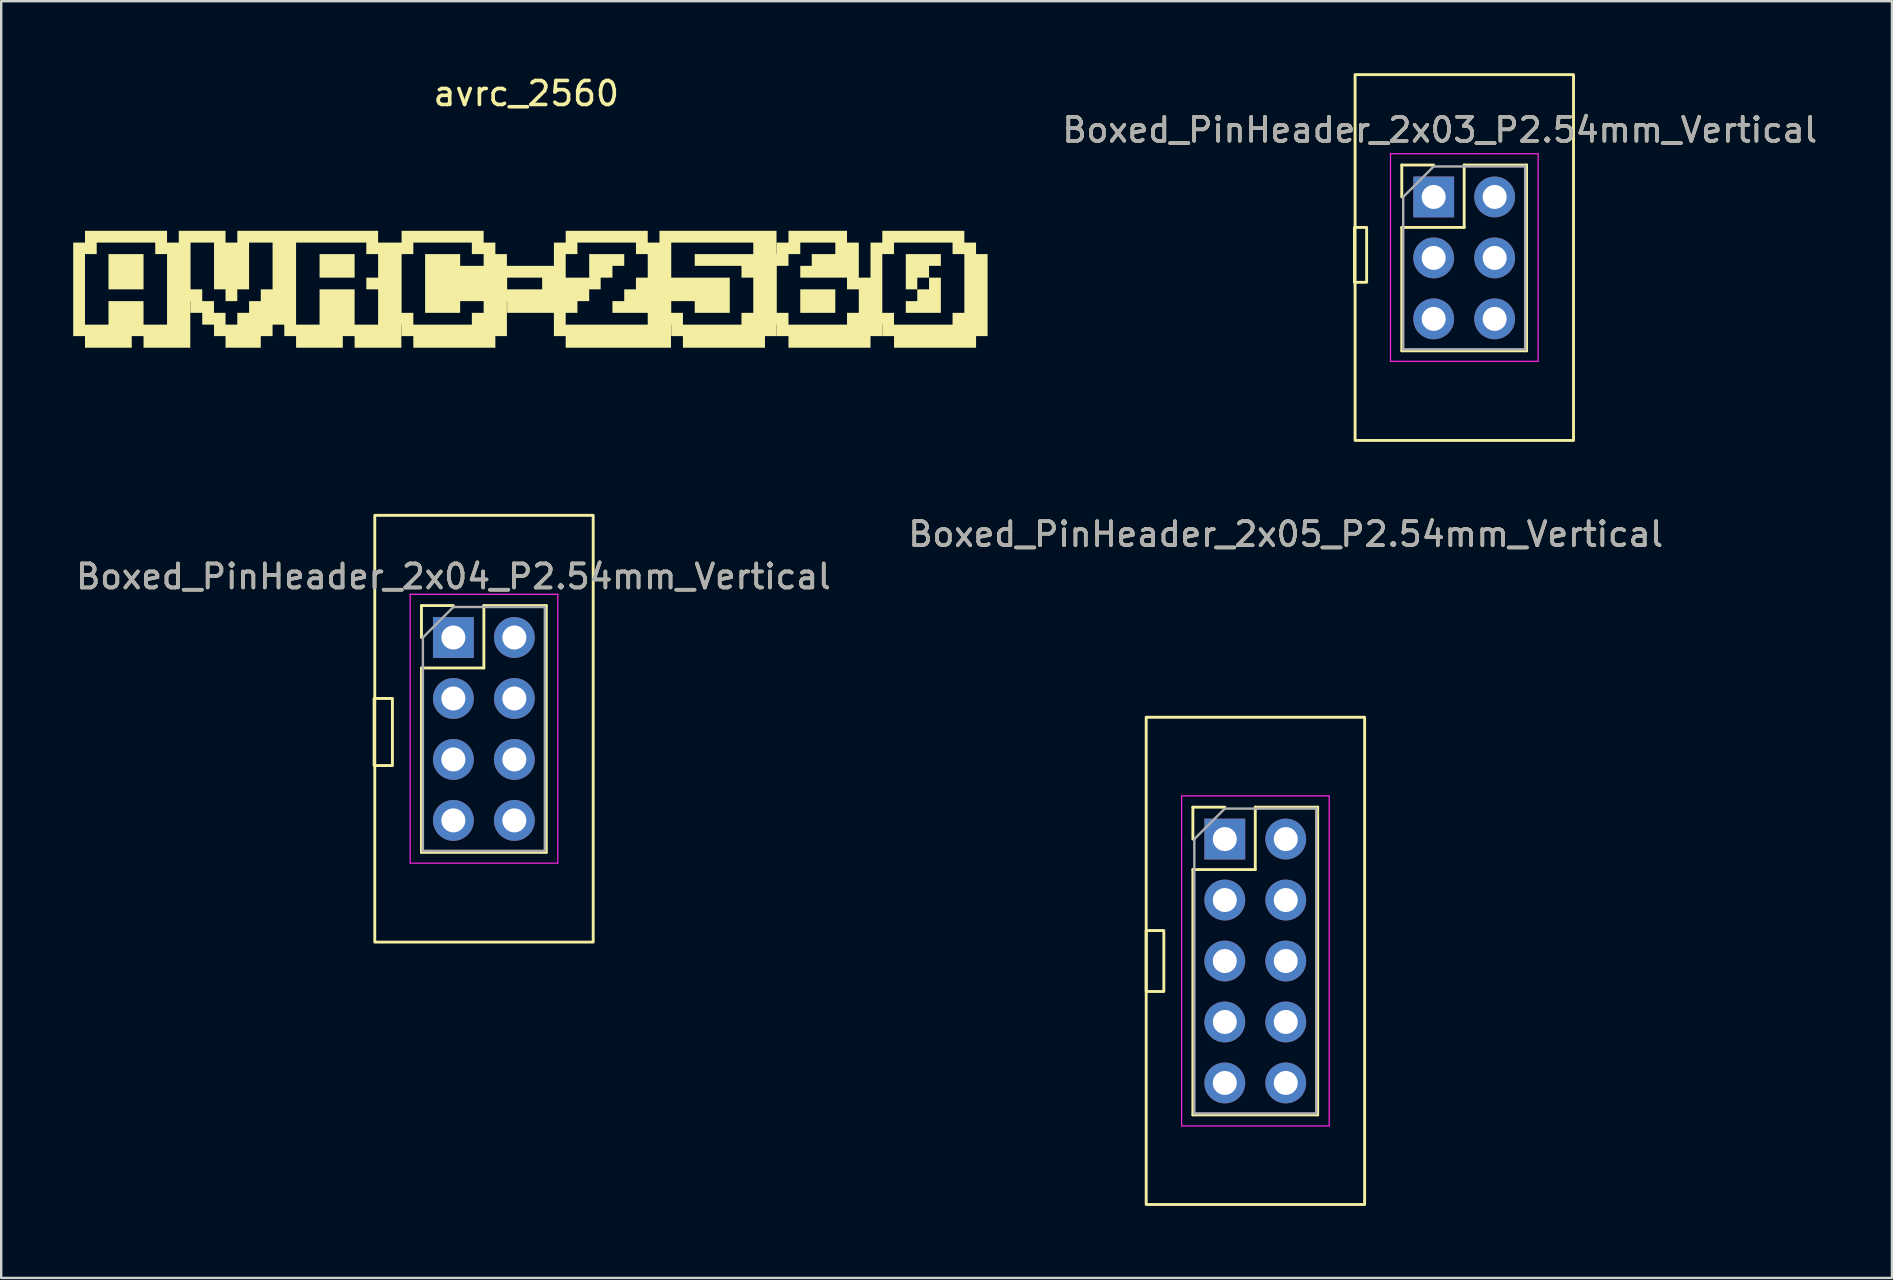
<source format=kicad_pcb>
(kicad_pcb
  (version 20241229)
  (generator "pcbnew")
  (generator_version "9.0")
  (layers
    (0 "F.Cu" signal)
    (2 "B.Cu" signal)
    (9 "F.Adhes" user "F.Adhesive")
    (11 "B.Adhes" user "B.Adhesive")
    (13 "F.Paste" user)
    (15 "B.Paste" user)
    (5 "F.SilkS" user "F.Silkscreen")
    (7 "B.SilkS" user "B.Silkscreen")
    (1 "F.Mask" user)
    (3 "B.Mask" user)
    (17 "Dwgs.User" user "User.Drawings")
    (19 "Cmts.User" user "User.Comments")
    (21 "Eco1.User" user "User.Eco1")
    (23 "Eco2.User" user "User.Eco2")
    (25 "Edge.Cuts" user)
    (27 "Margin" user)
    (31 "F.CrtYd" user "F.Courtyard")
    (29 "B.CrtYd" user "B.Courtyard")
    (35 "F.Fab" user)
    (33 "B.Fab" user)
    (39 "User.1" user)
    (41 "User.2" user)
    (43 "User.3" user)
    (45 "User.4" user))
  (footprint "avrc_2560"
    (layer "F.Cu")
    (at 18.876 8.714)
    (property "Reference" "avrc_2560" (at 0 -7.866 0) (unlocked yes) (layer "F.SilkS") (effects (font (size 1 1) (thickness 0.15))))
    (attr smd)
    (fp_poly (pts (xy -15.946 0.291) (xy -17.406 0.291) (xy -17.406 -1.178) (xy -15.946 -1.178)) (stroke (width 0) (type solid)) (fill yes) (layer "F.SilkS"))
    (fp_poly (pts (xy -7.152 -0.197) (xy -8.612 -0.197) (xy -8.612 -1.178) (xy -7.152 -1.178)) (stroke (width 0) (type solid)) (fill yes) (layer "F.SilkS"))
    (fp_poly (pts (xy 12.875 1.27) (xy 11.415 1.27) (xy 11.415 0.291) (xy 12.875 0.291)) (stroke (width 0) (type solid)) (fill yes) (layer "F.SilkS"))
    (fp_poly (pts (xy 17.272 -0.688) (xy 16.781 -0.688) (xy 16.781 -0.197) (xy 16.29 -0.197) (xy 16.29 0.291) (xy 15.812 0.291) (xy 15.812 -1.178) (xy 17.272 -1.178)) (stroke (width 0) (type solid)) (fill yes) (layer "F.SilkS"))
    (fp_poly (pts (xy 17.272 1.27) (xy 15.812 1.27) (xy 15.812 0.782) (xy 16.29 0.782) (xy 16.29 0.291) (xy 16.781 0.291) (xy 16.781 -0.197) (xy 17.272 -0.197)) (stroke (width 0) (type solid)) (fill yes) (layer "F.SilkS"))
    (fp_poly (pts (xy -14.967 -1.657) (xy -14.479 -1.657) (xy -14.479 -2.148) (xy -12.53 -2.148) (xy -12.53 -1.657) (xy -12.04 -1.657) (xy -12.04 -2.148) (xy -6.173 -2.148) (xy -6.173 -1.657) (xy -5.194 -1.657) (xy -5.194 -2.148) (xy -1.776 -2.148) (xy -1.776 -1.657) (xy -1.288 -1.657) (xy -1.288 -1.178) (xy -0.807 -1.178) (xy -0.807 -0.688) (xy 1.151 -0.688) (xy 1.151 -1.657) (xy 1.642 -1.657) (xy 1.642 -2.148) (xy 5.06 -2.148) (xy 5.06 -1.657) (xy 5.548 -1.657) (xy 5.548 -2.148) (xy 10.426 -2.148) (xy 10.426 -1.178) (xy 10.436 -1.178) (xy 10.436 -1.657) (xy 10.924 -1.657) (xy 10.924 -2.148) (xy 13.363 -2.148) (xy 13.363 -1.657) (xy 13.854 -1.657) (xy 13.854 -0.197) (xy 14.342 -0.197) (xy 14.342 -1.657) (xy 14.833 -1.657) (xy 14.833 -2.148) (xy 18.251 -2.148) (xy 18.251 -1.657) (xy 18.739 -1.657) (xy 18.739 -1.178) (xy 19.22 -1.178) (xy 19.22 2.239) (xy 18.739 2.239) (xy 18.739 2.723) (xy 15.321 2.723) (xy 15.321 2.239) (xy 14.833 2.239) (xy 14.833 1.761) (xy 14.823 1.761) (xy 14.823 2.239) (xy 14.342 2.239) (xy 14.342 2.723) (xy 10.924 2.723) (xy 10.924 2.239) (xy 10.436 2.239) (xy 10.436 1.761) (xy 10.426 1.761) (xy 10.426 2.239) (xy 9.945 2.239) (xy 9.945 2.723) (xy 6.527 2.723) (xy 6.527 2.239) (xy 6.039 2.239) (xy 6.039 1.761) (xy 6.029 1.761) (xy 6.029 2.723) (xy 1.642 2.723) (xy 1.642 2.239) (xy 1.151 2.239) (xy 1.151 1.761) (xy 1.642 1.761) (xy 5.06 1.761) (xy 5.06 1.27) (xy 6.039 1.27) (xy 6.527 1.27) (xy 6.527 1.761) (xy 8.966 1.761) (xy 8.966 1.27) (xy 9.457 1.27) (xy 10.436 1.27) (xy 10.924 1.27) (xy 10.924 1.761) (xy 13.363 1.761) (xy 13.363 1.27) (xy 13.854 1.27) (xy 14.833 1.27) (xy 15.321 1.27) (xy 15.321 1.761) (xy 17.76 1.761) (xy 17.76 1.27) (xy 18.251 1.27) (xy 18.251 -1.178) (xy 17.76 -1.178) (xy 17.76 -1.657) (xy 15.321 -1.657) (xy 15.321 -1.178) (xy 14.833 -1.178) (xy 14.833 1.27) (xy 13.854 1.27) (xy 13.854 0.291) (xy 13.363 0.291) (xy 13.363 -0.197) (xy 11.415 -0.197) (xy 11.415 -0.688) (xy 11.894 -0.688) (xy 11.894 -1.178) (xy 12.875 -1.178) (xy 12.875 -1.657) (xy 11.415 -1.657) (xy 11.415 -1.178) (xy 10.924 -1.178) (xy 10.924 -0.688) (xy 10.436 -0.688) (xy 10.436 1.27) (xy 9.457 1.27) (xy 9.457 -0.197) (xy 8.966 -0.197) (xy 8.966 -0.688) (xy 7.018 -0.688) (xy 7.018 -1.178) (xy 9.457 -1.178) (xy 9.457 -1.657) (xy 6.039 -1.657) (xy 6.039 -0.197) (xy 8.478 -0.197) (xy 8.478 1.27) (xy 7.018 1.27) (xy 7.018 0.782) (xy 6.039 0.782) (xy 6.039 1.27) (xy 5.06 1.27) (xy 3.59 1.27) (xy 3.59 0.782) (xy 4.081 0.782) (xy 4.081 0.291) (xy 4.569 0.291) (xy 4.569 -0.197) (xy 5.06 -0.197) (xy 5.06 -1.178) (xy 4.569 -1.178) (xy 4.569 -1.657) (xy 2.13 -1.657) (xy 2.13 -1.178) (xy 1.642 -1.178) (xy 1.642 -0.197) (xy 2.621 -0.197) (xy 2.621 -1.178) (xy 4.081 -1.178) (xy 4.081 -0.688) (xy 3.59 -0.688) (xy 3.59 -0.197) (xy 3.099 -0.197) (xy 3.099 0.291) (xy 2.621 0.291) (xy 2.621 0.782) (xy 2.13 0.782) (xy 2.13 1.27) (xy 1.642 1.27) (xy 1.642 1.761) (xy 1.151 1.761) (xy 1.151 1.27) (xy -0.797 1.27) (xy -0.797 0.782) (xy -0.807 0.782) (xy -0.807 2.239) (xy -1.288 2.239) (xy -1.288 2.723) (xy -4.706 2.723) (xy -4.706 2.239) (xy -5.194 2.239) (xy -5.194 1.761) (xy -5.204 1.761) (xy -5.204 2.723) (xy -7.152 2.723) (xy -7.152 2.239) (xy -7.643 2.239) (xy -7.643 2.723) (xy -9.591 2.723) (xy -9.591 2.239) (xy -10.082 2.239) (xy -10.082 1.761) (xy -9.591 1.761) (xy -8.612 1.761) (xy -8.612 0.291) (xy -7.152 0.291) (xy -7.152 1.761) (xy -6.173 1.761) (xy -6.173 1.27) (xy -5.194 1.27) (xy -4.706 1.27) (xy -4.706 1.761) (xy -2.267 1.761) (xy -2.267 1.27) (xy -1.776 1.27) (xy -1.776 0.782) (xy -2.755 0.782) (xy -2.755 1.27) (xy -4.215 1.27) (xy -4.215 0.291) (xy -0.797 0.291) (xy 0.661 0.291) (xy 0.661 -0.197) (xy -0.797 -0.197) (xy -0.797 0.291) (xy -4.215 0.291) (xy -4.215 -1.178) (xy -2.755 -1.178) (xy -2.755 -0.688) (xy -1.776 -0.688) (xy -1.776 -1.178) (xy -2.267 -1.178) (xy -2.267 -1.657) (xy -4.706 -1.657) (xy -4.706 -1.178) (xy -5.194 -1.178) (xy -5.194 1.27) (xy -6.173 1.27) (xy -6.173 0.291) (xy -6.664 0.291) (xy -6.664 -0.197) (xy -6.173 -0.197) (xy -6.173 -1.178) (xy -6.664 -1.178) (xy -6.664 -1.657) (xy -9.591 -1.657) (xy -9.591 -1.178) (xy -9.591 1.761) (xy -10.082 1.761) (xy -10.57 1.761) (xy -10.57 2.239) (xy -11.061 2.239) (xy -11.061 2.723) (xy -12.53 2.723) (xy -12.53 2.239) (xy -13.009 2.239) (xy -13.009 1.761) (xy -13.5 1.761) (xy -13.5 1.27) (xy -13.988 1.27) (xy -13.988 0.782) (xy -13.998 0.782) (xy -13.998 2.723) (xy -15.946 2.723) (xy -15.946 2.239) (xy -16.437 2.239) (xy -16.437 2.723) (xy -18.385 2.723) (xy -18.385 2.239) (xy -18.876 2.239) (xy -18.876 1.761) (xy -18.385 1.761) (xy -17.406 1.761) (xy -17.406 0.782) (xy -15.946 0.782) (xy -15.946 1.761) (xy -14.967 1.761) (xy -14.967 0.291) (xy -13.988 0.291) (xy -13.5 0.291) (xy -13.5 0.782) (xy -13.009 0.782) (xy -13.009 1.27) (xy -12.53 1.27) (xy -12.53 1.761) (xy -12.04 1.761) (xy -12.04 1.27) (xy -11.549 1.27) (xy -11.549 0.782) (xy -11.061 0.782) (xy -11.061 0.291) (xy -10.57 0.291) (xy -10.57 -1.657) (xy -11.549 -1.657) (xy -11.549 0.291) (xy -12.04 0.291) (xy -12.04 0.782) (xy -12.53 0.782) (xy -12.53 0.291) (xy -13.009 0.291) (xy -13.009 -1.657) (xy -13.988 -1.657) (xy -13.988 -1.178) (xy -13.988 0.291) (xy -14.967 0.291) (xy -14.967 -1.178) (xy -15.458 -1.178) (xy -15.458 -1.657) (xy -17.897 -1.657) (xy -17.897 -1.178) (xy -18.385 -1.178) (xy -18.385 1.761) (xy -18.876 1.761) (xy -18.876 -1.657) (xy -18.385 -1.657) (xy -18.385 -2.148) (xy -14.967 -2.148)) (stroke (width 0) (type solid)) (fill yes) (layer "F.SilkS")))
  (footprint "Boxed_PinHeader_2x05_P2.54mm_Vertical"
    (layer "F.Cu")
    (at 47.978 31.908)
    (property "Reference" "Boxed_PinHeader_2x05_P2.54mm_Vertical" (at 2.54 -12.7 0) (layer "F.SilkS") (effects (font (size 1 1) (thickness 0.15))))
    (attr through_hole)
    (fp_line (start -1.33 -1.33) (end 0 -1.33) (stroke (width 0.12) (type solid)) (layer "F.SilkS"))
    (fp_line (start -1.33 0) (end -1.33 -1.33) (stroke (width 0.12) (type solid)) (layer "F.SilkS"))
    (fp_line (start -1.33 1.27) (end -1.33 11.49) (stroke (width 0.12) (type solid)) (layer "F.SilkS"))
    (fp_line (start -1.33 1.27) (end 1.27 1.27) (stroke (width 0.12) (type solid)) (layer "F.SilkS"))
    (fp_line (start -1.33 11.49) (end 3.87 11.49) (stroke (width 0.12) (type solid)) (layer "F.SilkS"))
    (fp_line (start 1.27 -1.33) (end 3.87 -1.33) (stroke (width 0.12) (type solid)) (layer "F.SilkS"))
    (fp_line (start 1.27 1.27) (end 1.27 -1.33) (stroke (width 0.12) (type solid)) (layer "F.SilkS"))
    (fp_line (start 3.87 -1.33) (end 3.87 11.49) (stroke (width 0.12) (type solid)) (layer "F.SilkS"))
    (fp_rect (start -3.275 -5.075) (end 5.825 15.225) (stroke (width 0.12) (type solid)) (fill no) (layer "F.SilkS"))
    (fp_rect (start -3.275 3.81) (end -2.54 6.35) (stroke (width 0.12) (type solid)) (fill no) (layer "F.SilkS"))
    (fp_line (start -1.8 -1.8) (end -1.8 11.95) (stroke (width 0.05) (type solid)) (layer "F.CrtYd"))
    (fp_line (start -1.8 11.95) (end 4.35 11.95) (stroke (width 0.05) (type solid)) (layer "F.CrtYd"))
    (fp_line (start 4.35 -1.8) (end -1.8 -1.8) (stroke (width 0.05) (type solid)) (layer "F.CrtYd"))
    (fp_line (start 4.35 11.95) (end 4.35 -1.8) (stroke (width 0.05) (type solid)) (layer "F.CrtYd"))
    (fp_line (start -1.27 0) (end 0 -1.27) (stroke (width 0.1) (type solid)) (layer "F.Fab"))
    (fp_line (start -1.27 11.43) (end -1.27 0) (stroke (width 0.1) (type solid)) (layer "F.Fab"))
    (fp_line (start 0 -1.27) (end 3.81 -1.27) (stroke (width 0.1) (type solid)) (layer "F.Fab"))
    (fp_line (start 3.81 -1.27) (end 3.81 11.43) (stroke (width 0.1) (type solid)) (layer "F.Fab"))
    (fp_line (start 3.81 11.43) (end -1.27 11.43) (stroke (width 0.1) (type solid)) (layer "F.Fab"))
    (fp_text user "${REFERENCE}" (at 2.54 -12.7 180) (layer "F.Fab") (effects (font (size 1 1) (thickness 0.15))))
    (pad "1" thru_hole rect (at 0 0) (size 1.7 1.7) (drill 1) (layers "*.Cu" "*.Mask"))
    (pad "2" thru_hole oval (at 2.54 0) (size 1.7 1.7) (drill 1) (layers "*.Cu" "*.Mask"))
    (pad "3" thru_hole oval (at 0 2.54) (size 1.7 1.7) (drill 1) (layers "*.Cu" "*.Mask"))
    (pad "4" thru_hole oval (at 2.54 2.54) (size 1.7 1.7) (drill 1) (layers "*.Cu" "*.Mask"))
    (pad "5" thru_hole oval (at 0 5.08) (size 1.7 1.7) (drill 1) (layers "*.Cu" "*.Mask"))
    (pad "6" thru_hole oval (at 2.54 5.08) (size 1.7 1.7) (drill 1) (layers "*.Cu" "*.Mask"))
    (pad "7" thru_hole oval (at 0 7.62) (size 1.7 1.7) (drill 1) (layers "*.Cu" "*.Mask"))
    (pad "8" thru_hole oval (at 2.54 7.62) (size 1.7 1.7) (drill 1) (layers "*.Cu" "*.Mask"))
    (pad "9" thru_hole oval (at 0 10.16) (size 1.7 1.7) (drill 1) (layers "*.Cu" "*.Mask"))
    (pad "10" thru_hole oval (at 2.54 10.16) (size 1.7 1.7) (drill 1) (layers "*.Cu" "*.Mask")))
  (footprint "Boxed_PinHeader_2x03_P2.54mm_Vertical"
    (layer "F.Cu")
    (at 56.681 5.155)
    (property "Reference" "Boxed_PinHeader_2x03_P2.54mm_Vertical" (at 0.254 -2.794 0) (layer "F.SilkS") (effects (font (size 1 1) (thickness 0.15))))
    (attr through_hole)
    (fp_line (start -1.33 -1.33) (end 0 -1.33) (stroke (width 0.12) (type solid)) (layer "F.SilkS"))
    (fp_line (start -1.33 0) (end -1.33 -1.33) (stroke (width 0.12) (type solid)) (layer "F.SilkS"))
    (fp_line (start -1.33 1.27) (end -1.33 6.41) (stroke (width 0.12) (type solid)) (layer "F.SilkS"))
    (fp_line (start -1.33 1.27) (end 1.27 1.27) (stroke (width 0.12) (type solid)) (layer "F.SilkS"))
    (fp_line (start -1.33 6.41) (end 3.87 6.41) (stroke (width 0.12) (type solid)) (layer "F.SilkS"))
    (fp_line (start 1.27 -1.33) (end 3.87 -1.33) (stroke (width 0.12) (type solid)) (layer "F.SilkS"))
    (fp_line (start 1.27 1.27) (end 1.27 -1.33) (stroke (width 0.12) (type solid)) (layer "F.SilkS"))
    (fp_line (start 3.87 -1.33) (end 3.87 6.41) (stroke (width 0.12) (type solid)) (layer "F.SilkS"))
    (fp_rect (start -3.302 1.27) (end -2.794 3.556) (stroke (width 0.12) (type solid)) (fill no) (layer "F.SilkS"))
    (fp_rect (start -3.275 -5.095) (end 5.825 10.145) (stroke (width 0.12) (type solid)) (fill no) (layer "F.SilkS"))
    (fp_line (start -1.8 -1.8) (end -1.8 6.85) (stroke (width 0.05) (type solid)) (layer "F.CrtYd"))
    (fp_line (start -1.8 6.85) (end 4.35 6.85) (stroke (width 0.05) (type solid)) (layer "F.CrtYd"))
    (fp_line (start 4.35 -1.8) (end -1.8 -1.8) (stroke (width 0.05) (type solid)) (layer "F.CrtYd"))
    (fp_line (start 4.35 6.85) (end 4.35 -1.8) (stroke (width 0.05) (type solid)) (layer "F.CrtYd"))
    (fp_line (start -1.27 0) (end 0 -1.27) (stroke (width 0.1) (type solid)) (layer "F.Fab"))
    (fp_line (start -1.27 6.35) (end -1.27 0) (stroke (width 0.1) (type solid)) (layer "F.Fab"))
    (fp_line (start 0 -1.27) (end 3.81 -1.27) (stroke (width 0.1) (type solid)) (layer "F.Fab"))
    (fp_line (start 3.81 -1.27) (end 3.81 6.35) (stroke (width 0.1) (type solid)) (layer "F.Fab"))
    (fp_line (start 3.81 6.35) (end -1.27 6.35) (stroke (width 0.1) (type solid)) (layer "F.Fab"))
    (fp_text user "${REFERENCE}" (at 0.254 -2.794 0) (layer "F.Fab") (effects (font (size 1 1) (thickness 0.15))))
    (pad "1" thru_hole rect (at 0 0) (size 1.7 1.7) (drill 1) (layers "*.Cu" "*.Mask"))
    (pad "2" thru_hole oval (at 2.54 0) (size 1.7 1.7) (drill 1) (layers "*.Cu" "*.Mask"))
    (pad "3" thru_hole oval (at 0 2.54) (size 1.7 1.7) (drill 1) (layers "*.Cu" "*.Mask"))
    (pad "4" thru_hole oval (at 2.54 2.54) (size 1.7 1.7) (drill 1) (layers "*.Cu" "*.Mask"))
    (pad "5" thru_hole oval (at 0 5.08) (size 1.7 1.7) (drill 1) (layers "*.Cu" "*.Mask"))
    (pad "6" thru_hole oval (at 2.54 5.08) (size 1.7 1.7) (drill 1) (layers "*.Cu" "*.Mask")))
  (footprint "Boxed_PinHeader_2x04_P2.54mm_Vertical"
    (layer "F.Cu")
    (at 15.839 23.51)
    (property "Reference" "Boxed_PinHeader_2x04_P2.54mm_Vertical" (at 0 -2.54 0) (layer "F.SilkS") (effects (font (size 1 1) (thickness 0.15))))
    (attr through_hole)
    (fp_line (start -1.33 -1.33) (end 0 -1.33) (stroke (width 0.12) (type solid)) (layer "F.SilkS"))
    (fp_line (start -1.33 0) (end -1.33 -1.33) (stroke (width 0.12) (type solid)) (layer "F.SilkS"))
    (fp_line (start -1.33 1.27) (end -1.33 8.95) (stroke (width 0.12) (type solid)) (layer "F.SilkS"))
    (fp_line (start -1.33 1.27) (end 1.27 1.27) (stroke (width 0.12) (type solid)) (layer "F.SilkS"))
    (fp_line (start -1.33 8.95) (end 3.87 8.95) (stroke (width 0.12) (type solid)) (layer "F.SilkS"))
    (fp_line (start 1.27 -1.33) (end 3.87 -1.33) (stroke (width 0.12) (type solid)) (layer "F.SilkS"))
    (fp_line (start 1.27 1.27) (end 1.27 -1.33) (stroke (width 0.12) (type solid)) (layer "F.SilkS"))
    (fp_line (start 3.87 -1.33) (end 3.87 8.95) (stroke (width 0.12) (type solid)) (layer "F.SilkS"))
    (fp_rect (start -3.302 2.54) (end -2.54 5.334) (stroke (width 0.12) (type solid)) (fill no) (layer "F.SilkS"))
    (fp_rect (start -3.275 -5.09) (end 5.825 12.69) (stroke (width 0.12) (type solid)) (fill no) (layer "F.SilkS"))
    (fp_line (start -1.8 -1.8) (end -1.8 9.4) (stroke (width 0.05) (type solid)) (layer "F.CrtYd"))
    (fp_line (start -1.8 9.4) (end 4.35 9.4) (stroke (width 0.05) (type solid)) (layer "F.CrtYd"))
    (fp_line (start 4.35 -1.8) (end -1.8 -1.8) (stroke (width 0.05) (type solid)) (layer "F.CrtYd"))
    (fp_line (start 4.35 9.4) (end 4.35 -1.8) (stroke (width 0.05) (type solid)) (layer "F.CrtYd"))
    (fp_line (start -1.27 0) (end 0 -1.27) (stroke (width 0.1) (type solid)) (layer "F.Fab"))
    (fp_line (start -1.27 8.89) (end -1.27 0) (stroke (width 0.1) (type solid)) (layer "F.Fab"))
    (fp_line (start 0 -1.27) (end 3.81 -1.27) (stroke (width 0.1) (type solid)) (layer "F.Fab"))
    (fp_line (start 3.81 -1.27) (end 3.81 8.89) (stroke (width 0.1) (type solid)) (layer "F.Fab"))
    (fp_line (start 3.81 8.89) (end -1.27 8.89) (stroke (width 0.1) (type solid)) (layer "F.Fab"))
    (fp_text user "${REFERENCE}" (at 0 -2.54 180) (layer "F.Fab") (effects (font (size 1 1) (thickness 0.15))))
    (pad "1" thru_hole rect (at 0 0) (size 1.7 1.7) (drill 1) (layers "*.Cu" "*.Mask"))
    (pad "2" thru_hole oval (at 2.54 0) (size 1.7 1.7) (drill 1) (layers "*.Cu" "*.Mask"))
    (pad "3" thru_hole oval (at 0 2.54) (size 1.7 1.7) (drill 1) (layers "*.Cu" "*.Mask"))
    (pad "4" thru_hole oval (at 2.54 2.54) (size 1.7 1.7) (drill 1) (layers "*.Cu" "*.Mask"))
    (pad "5" thru_hole oval (at 0 5.08) (size 1.7 1.7) (drill 1) (layers "*.Cu" "*.Mask"))
    (pad "6" thru_hole oval (at 2.54 5.08) (size 1.7 1.7) (drill 1) (layers "*.Cu" "*.Mask"))
    (pad "7" thru_hole oval (at 0 7.62) (size 1.7 1.7) (drill 1) (layers "*.Cu" "*.Mask"))
    (pad "8" thru_hole oval (at 2.54 7.62) (size 1.7 1.7) (drill 1) (layers "*.Cu" "*.Mask")))
  (gr_rect
    (start -3 -3)
    (end 75.774 50.193)
    (stroke (width 0.1) (type default))
    (fill no)
    (layer "Edge.Cuts")))
</source>
